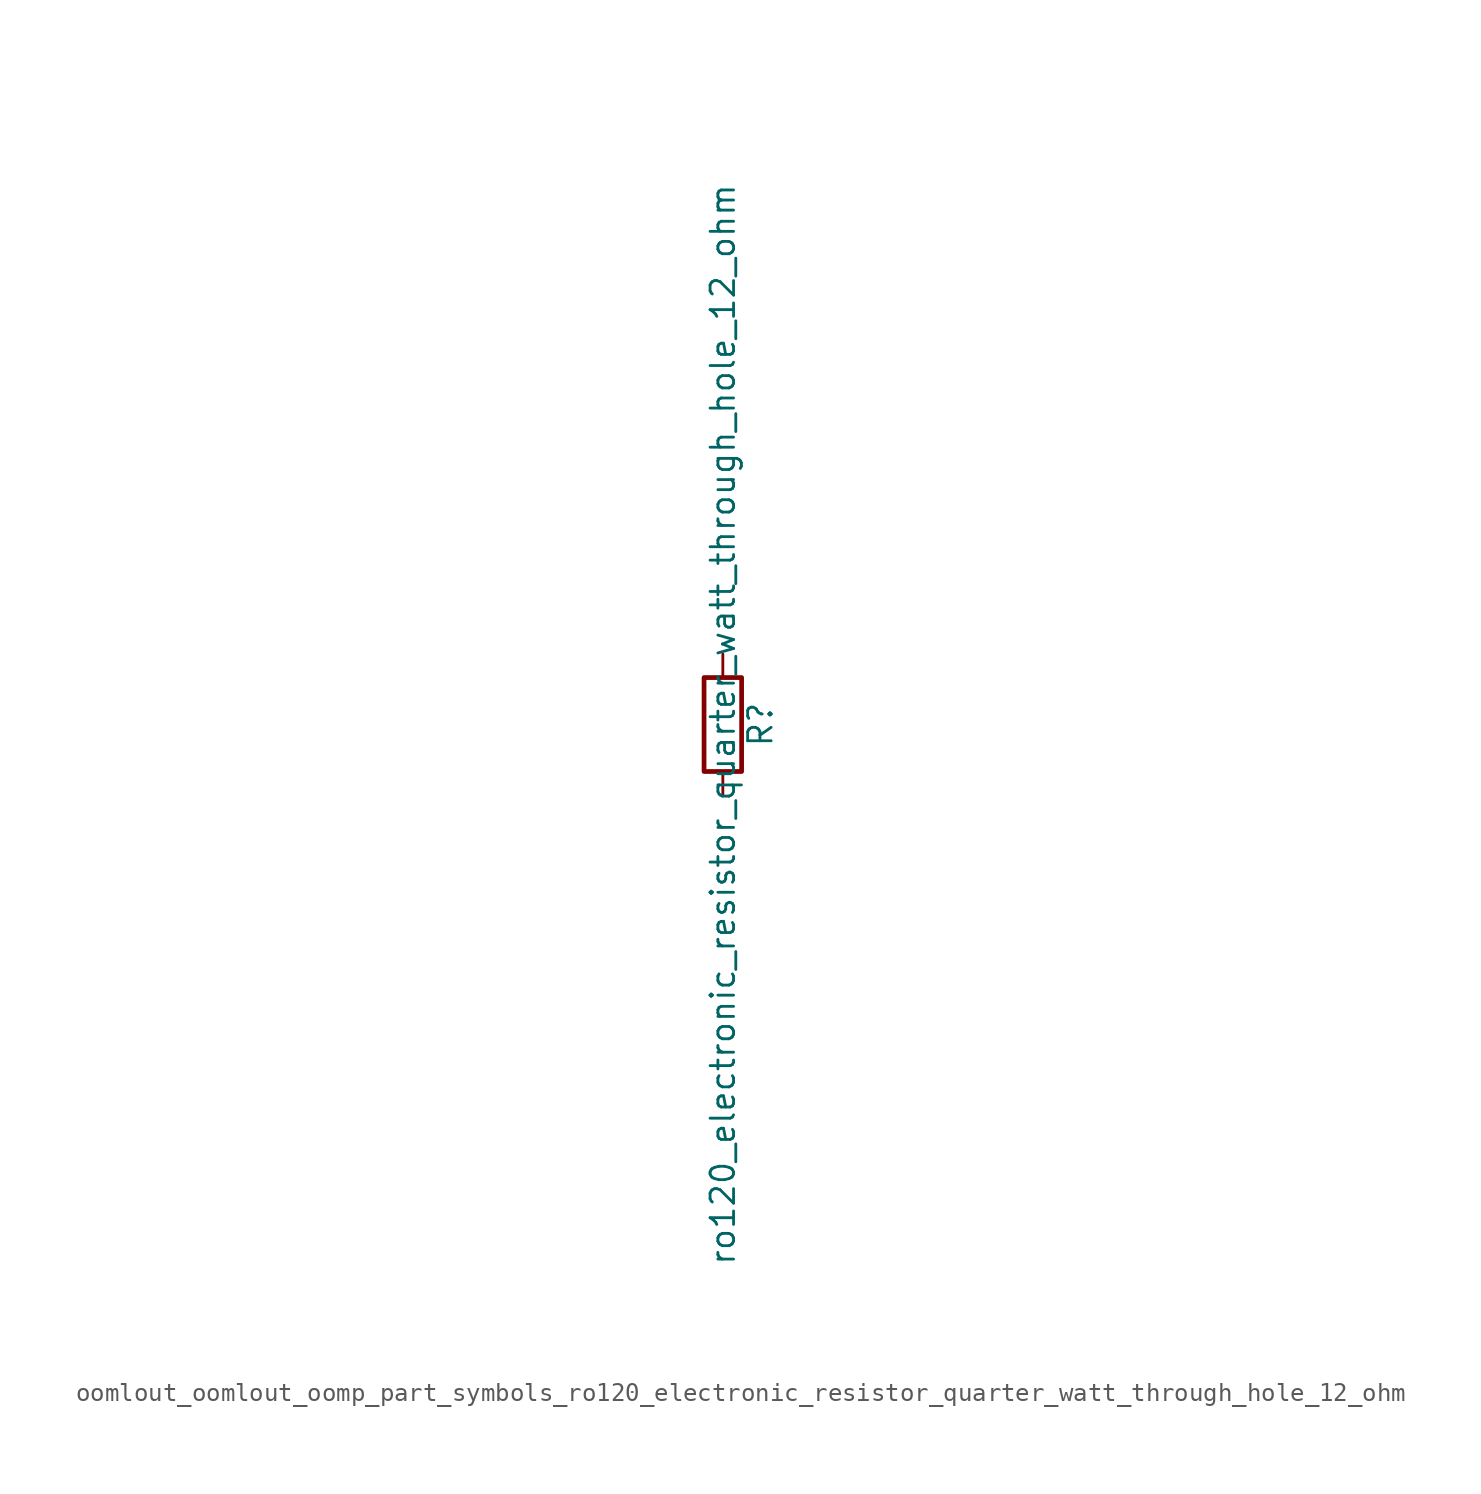
<source format=kicad_sym>
(kicad_symbol_lib
  (version 20220914)
  (generator kicad_symbol_editor)
  (symbol "oomlout_oomlout_oomp_part_symbols_ro120_electronic_resistor_quarter_watt_through_hole_12_ohm"
    (pin_numbers hide)
    (pin_names
      (offset 0))
    (property "Reference" "R"
      (at 2.032 0 90)
      (effects (font (size 1.27 1.27))))
    (property "Value" "ro120_electronic_resistor_quarter_watt_through_hole_12_ohm"
      (at 0 0 90)
      (effects (font (size 1.27 1.27))))
    (symbol "oomlout_oomlout_oomp_part_symbols_ro120_electronic_resistor_quarter_watt_through_hole_12_ohm_0_1"
      (rectangle (start -1.016 -2.54) (end 1.016 2.54) (stroke (width 0.254) (type default)) (fill (type none))))
    (symbol "oomlout_oomlout_oomp_part_symbols_ro120_electronic_resistor_quarter_watt_through_hole_12_ohm_1_1"
      (pin passive line (at 0 3.81 270) (length 1.27) (name "~" (effects (font (size 1.27 1.27)))) (number "1" (effects (font (size 1.27 1.27)))))
      (pin passive line (at 0 -3.81 90) (length 1.27) (name "~" (effects (font (size 1.27 1.27)))) (number "2" (effects (font (size 1.27 1.27))))))))
</source>
